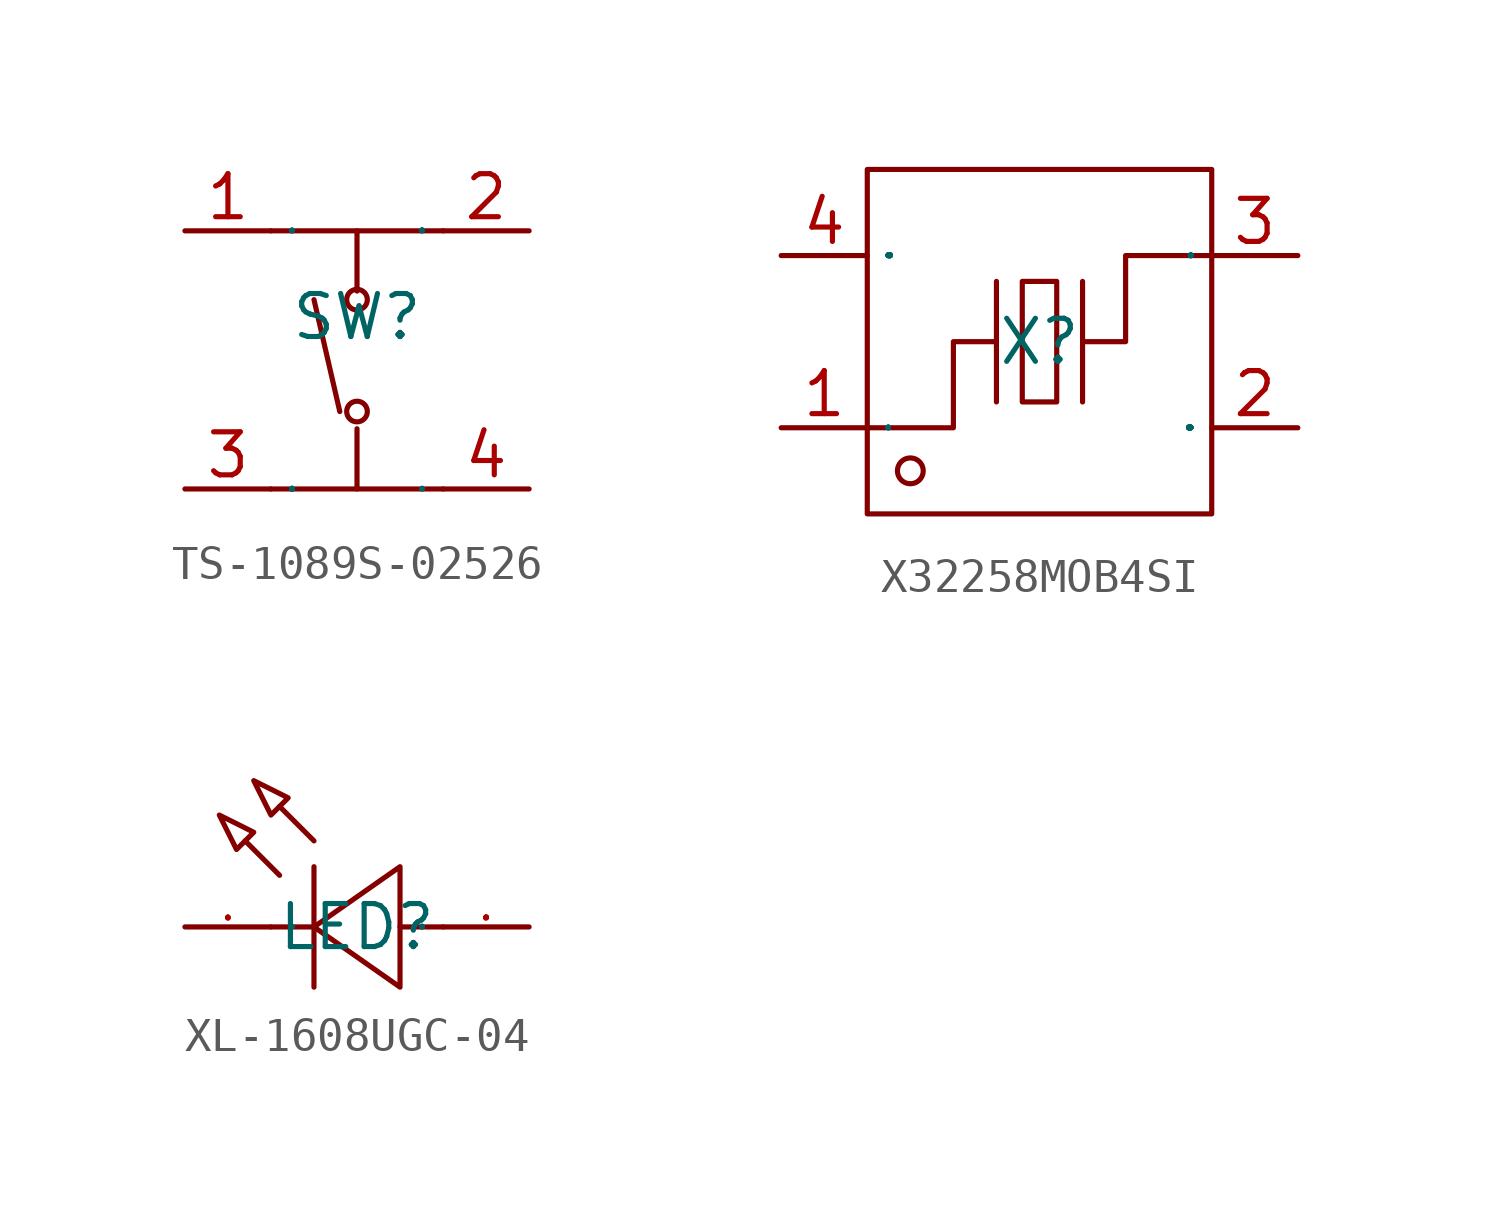
<source format=kicad_sym>
(kicad_symbol_lib
  (version 20241209)
  (generator "kicad_symbol_editor")
  (generator_version "9.0")
  (symbol "TS-1089S-02526"
    (property "Reference" "SW"
      (at 0 0 0)
      (effects (font (size 1.27 1.27))))
    (property "Value" ""
      (at 0 0 0)
      (effects (font (size 1.27 1.27))))
    (symbol "TS-1089S-02526_1_0"
      (polyline (pts (xy -2.54 2.54) (xy 2.54 2.54)) (stroke (width 0) (type default)) (fill (type none)))
      (polyline (pts (xy -2.54 -5.08) (xy 2.54 -5.08)) (stroke (width 0) (type default)) (fill (type none)))
      (polyline (pts (xy -0.508 -2.794) (xy -1.27 0.508)) (stroke (width 0) (type default)) (fill (type none)))
      (polyline (pts (xy 0 0.762) (xy 0 2.54)) (stroke (width 0) (type default)) (fill (type none)))
      (circle (center 0 0.508) (radius 0.305) (stroke (width 0) (type default)) (fill (type none)))
      (circle (center 0 -2.794) (radius 0.305) (stroke (width 0) (type default)) (fill (type none)))
      (polyline (pts (xy 0 -3.302) (xy 0 -5.08)) (stroke (width 0) (type default)) (fill (type none)))
      (pin unspecified line (at -5.08 2.54 0) (length 2.54) (name "1" (effects (font (size 0.025 0.025)))) (number "1" (effects (font (size 1.27 1.27)))))
      (pin unspecified line (at -5.08 -5.08 0) (length 2.54) (name "3" (effects (font (size 0.025 0.025)))) (number "3" (effects (font (size 1.27 1.27)))))
      (pin unspecified line (at 5.08 2.54 180) (length 2.54) (name "2" (effects (font (size 0.025 0.025)))) (number "2" (effects (font (size 1.27 1.27)))))
      (pin unspecified line (at 5.08 -5.08 180) (length 2.54) (name "4" (effects (font (size 0.025 0.025)))) (number "4" (effects (font (size 1.27 1.27)))))))
  (symbol "X32258MOB4SI"
    (property "Reference" "X"
      (at 0 0 0)
      (effects (font (size 1.27 1.27))))
    (symbol "X32258MOB4SI_1_0"
      (polyline (pts (xy -5.08 -2.54) (xy -2.54 -2.54) (xy -2.54 -2.54) (xy -2.54 0) (xy -2.54 0) (xy -1.27 0)) (stroke (width 0) (type default)) (fill (type none)))
      (rectangle (start -5.08 -5.08) (end 5.08 5.08) (stroke (width 0) (type default)) (fill (type none)))
      (circle (center -3.81 -3.81) (radius 0.381) (stroke (width 0) (type default)) (fill (type none)))
      (polyline (pts (xy -1.27 -1.778) (xy -1.27 1.778)) (stroke (width 0) (type default)) (fill (type none)))
      (rectangle (start -0.508 -1.778) (end 0.508 1.778) (stroke (width 0) (type default)) (fill (type none)))
      (polyline (pts (xy 1.27 -1.778) (xy 1.27 1.778)) (stroke (width 0) (type default)) (fill (type none)))
      (polyline (pts (xy 5.08 2.54) (xy 2.54 2.54) (xy 2.54 2.54) (xy 2.54 0) (xy 2.54 0) (xy 1.27 0)) (stroke (width 0) (type default)) (fill (type none)))
      (pin input line (at -7.62 2.54 0) (length 2.54) (name "GND" (effects (font (size 0.025 0.025)))) (number "4" (effects (font (size 1.27 1.27)))))
      (pin input line (at -7.62 -2.54 0) (length 2.54) (name "1" (effects (font (size 0.025 0.025)))) (number "1" (effects (font (size 1.27 1.27)))))
      (pin input line (at 7.62 2.54 180) (length 2.54) (name "3" (effects (font (size 0.025 0.025)))) (number "3" (effects (font (size 1.27 1.27)))))
      (pin input line (at 7.62 -2.54 180) (length 2.54) (name "GND" (effects (font (size 0.025 0.025)))) (number "2" (effects (font (size 1.27 1.27)))))))
  (symbol "XL-1608UGC-04"
    (property "Reference" "LED"
      (at 0 0 0)
      (effects (font (size 1.27 1.27))))
    (property "Value" ""
      (at 0 0 0)
      (effects (font (size 1.27 1.27))))
    (symbol "XL-1608UGC-04_1_0"
      (polyline (pts (xy -4.064 3.302) (xy -3.048 2.794) (xy -3.048 2.794) (xy -3.556 2.286) (xy -3.556 2.286) (xy -4.064 3.302)) (stroke (width 0) (type default)) (fill (type none)))
      (polyline (pts (xy -3.048 4.318) (xy -2.032 3.81) (xy -2.032 3.81) (xy -2.54 3.302) (xy -2.54 3.302) (xy -3.048 4.318)) (stroke (width 0) (type default)) (fill (type none)))
      (polyline (pts (xy -2.286 1.524) (xy -3.302 2.54)) (stroke (width 0) (type default)) (fill (type none)))
      (polyline (pts (xy -1.27 2.54) (xy -2.286 3.556)) (stroke (width 0) (type default)) (fill (type none)))
      (polyline (pts (xy -1.27 1.778) (xy -1.27 -1.778)) (stroke (width 0) (type default)) (fill (type none)))
      (polyline (pts (xy -1.27 0) (xy -2.54 0)) (stroke (width 0) (type default)) (fill (type none)))
      (polyline (pts (xy 1.27 1.778) (xy -1.27 0) (xy -1.27 0) (xy 1.27 -1.778) (xy 1.27 -1.778) (xy 1.27 1.778)) (stroke (width 0) (type default)) (fill (type none)))
      (polyline (pts (xy 2.54 0) (xy 1.27 0)) (stroke (width 0) (type default)) (fill (type none)))
      (pin unspecified line (at -5.08 0 0) (length 2.54) (name "K" (effects (font (size 0.025 0.025)))) (number "1" (effects (font (size 0.025 0.025)))))
      (pin unspecified line (at 5.08 0 180) (length 2.54) (name "A" (effects (font (size 0.025 0.025)))) (number "2" (effects (font (size 0.025 0.025))))))))
</source>
